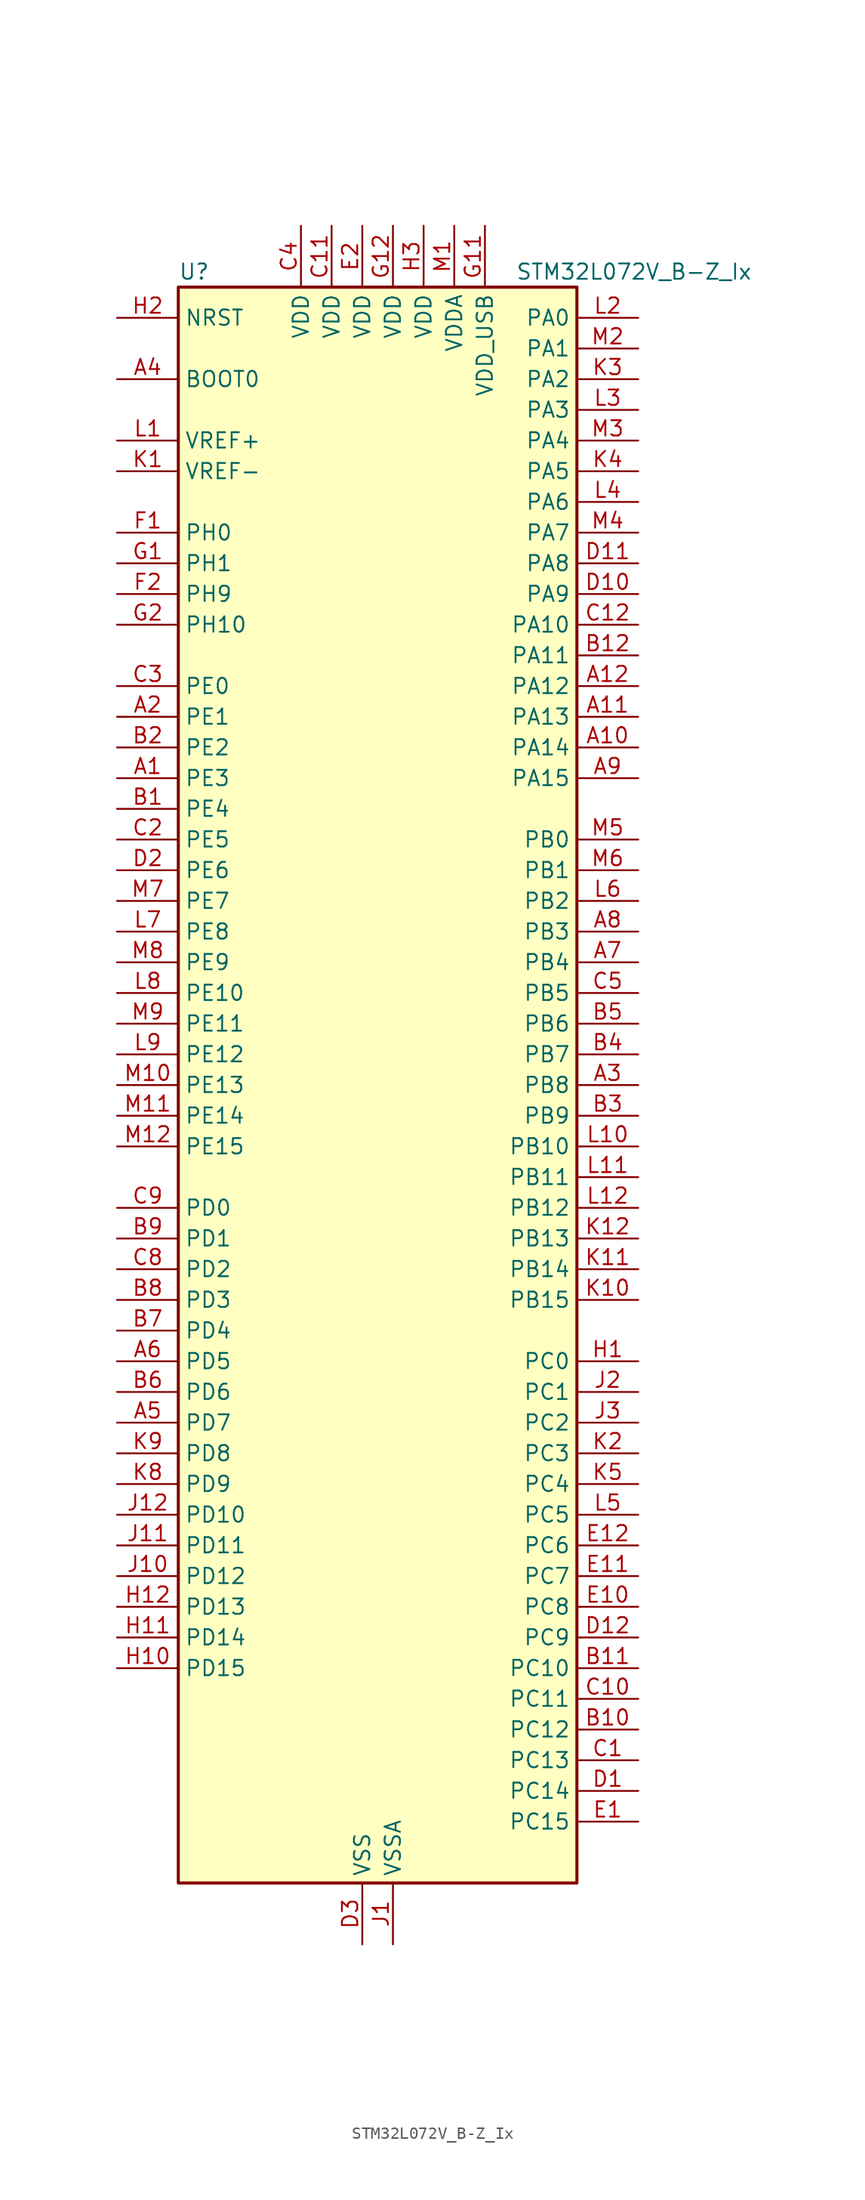
<source format=kicad_sym>
(kicad_symbol_lib
  (version 20220914)
  (generator kicad_symbol_editor)
  (symbol "STM32L072V_B-Z_Ix"
    (property "Reference" "U"
      (at -15.24 67.31 0)
      (effects (font (size 1.27 1.27)) (justify left)))
    (property "Value" "STM32L072V_B-Z_Ix"
      (at 12.7 67.31 0)
      (effects (font (size 1.27 1.27)) (justify left)))
    (property "ki_locked" ""
      (at 0 0 0)
      (effects (font (size 1.27 1.27))))
    (symbol "STM32L072V_B-Z_Ix_0_1"
      (rectangle (start -15.24 -66.04) (end 17.78 66.04) (stroke (width 0.254) (type default)) (fill (type background))))
    (symbol "STM32L072V_B-Z_Ix_1_1"
      (pin bidirectional line (at -20.32 25.4 0) (length 5.08) (name "PE3" (effects (font (size 1.27 1.27)))) (number "A1" (effects (font (size 1.27 1.27)))) (alternate "TIM22_CH1" bidirectional line) (alternate "TIM3_CH1" bidirectional line))
      (pin bidirectional line (at 22.86 27.94 180) (length 5.08) (name "PA14" (effects (font (size 1.27 1.27)))) (number "A10" (effects (font (size 1.27 1.27)))) (alternate "LPUART1_TX" bidirectional line) (alternate "SYS_SWCLK" bidirectional line) (alternate "USART2_TX" bidirectional line))
      (pin bidirectional line (at 22.86 30.48 180) (length 5.08) (name "PA13" (effects (font (size 1.27 1.27)))) (number "A11" (effects (font (size 1.27 1.27)))) (alternate "LPUART1_RX" bidirectional line) (alternate "SYS_SWDIO" bidirectional line) (alternate "USB_NOE" bidirectional line))
      (pin bidirectional line (at 22.86 33.02 180) (length 5.08) (name "PA12" (effects (font (size 1.27 1.27)))) (number "A12" (effects (font (size 1.27 1.27)))) (alternate "COMP2_OUT" bidirectional line) (alternate "SPI1_MOSI" bidirectional line) (alternate "TSC_G4_IO4" bidirectional line) (alternate "USART1_DE" bidirectional line) (alternate "USART1_RTS" bidirectional line) (alternate "USB_DP" bidirectional line))
      (pin bidirectional line (at -20.32 30.48 0) (length 5.08) (name "PE1" (effects (font (size 1.27 1.27)))) (number "A2" (effects (font (size 1.27 1.27)))))
      (pin bidirectional line (at 22.86 0 180) (length 5.08) (name "PB8" (effects (font (size 1.27 1.27)))) (number "A3" (effects (font (size 1.27 1.27)))) (alternate "I2C1_SCL" bidirectional line) (alternate "TSC_SYNC" bidirectional line))
      (pin input line (at -20.32 58.42 0) (length 5.08) (name "BOOT0" (effects (font (size 1.27 1.27)))) (number "A4" (effects (font (size 1.27 1.27)))))
      (pin bidirectional line (at -20.32 -27.94 0) (length 5.08) (name "PD7" (effects (font (size 1.27 1.27)))) (number "A5" (effects (font (size 1.27 1.27)))) (alternate "TIM21_CH2" bidirectional line) (alternate "USART2_CK" bidirectional line))
      (pin bidirectional line (at -20.32 -22.86 0) (length 5.08) (name "PD5" (effects (font (size 1.27 1.27)))) (number "A6" (effects (font (size 1.27 1.27)))) (alternate "USART2_TX" bidirectional line))
      (pin bidirectional line (at 22.86 10.16 180) (length 5.08) (name "PB4" (effects (font (size 1.27 1.27)))) (number "A7" (effects (font (size 1.27 1.27)))) (alternate "COMP2_INP" bidirectional line) (alternate "I2C3_SDA" bidirectional line) (alternate "SPI1_MISO" bidirectional line) (alternate "TIM22_CH1" bidirectional line) (alternate "TIM3_CH1" bidirectional line) (alternate "TSC_G5_IO2" bidirectional line) (alternate "USART1_CTS" bidirectional line) (alternate "USART5_RX" bidirectional line))
      (pin bidirectional line (at 22.86 12.7 180) (length 5.08) (name "PB3" (effects (font (size 1.27 1.27)))) (number "A8" (effects (font (size 1.27 1.27)))) (alternate "COMP2_INM" bidirectional line) (alternate "SPI1_SCK" bidirectional line) (alternate "TIM2_CH2" bidirectional line) (alternate "TSC_G5_IO1" bidirectional line) (alternate "USART1_DE" bidirectional line) (alternate "USART1_RTS" bidirectional line) (alternate "USART5_TX" bidirectional line))
      (pin bidirectional line (at 22.86 25.4 180) (length 5.08) (name "PA15" (effects (font (size 1.27 1.27)))) (number "A9" (effects (font (size 1.27 1.27)))) (alternate "SPI1_NSS" bidirectional line) (alternate "TIM2_CH1" bidirectional line) (alternate "TIM2_ETR" bidirectional line) (alternate "USART2_RX" bidirectional line) (alternate "USART4_DE" bidirectional line) (alternate "USART4_RTS" bidirectional line))
      (pin bidirectional line (at -20.32 22.86 0) (length 5.08) (name "PE4" (effects (font (size 1.27 1.27)))) (number "B1" (effects (font (size 1.27 1.27)))) (alternate "TIM22_CH2" bidirectional line) (alternate "TIM3_CH2" bidirectional line))
      (pin bidirectional line (at 22.86 -53.34 180) (length 5.08) (name "PC12" (effects (font (size 1.27 1.27)))) (number "B10" (effects (font (size 1.27 1.27)))) (alternate "USART4_CK" bidirectional line) (alternate "USART5_TX" bidirectional line))
      (pin bidirectional line (at 22.86 -48.26 180) (length 5.08) (name "PC10" (effects (font (size 1.27 1.27)))) (number "B11" (effects (font (size 1.27 1.27)))) (alternate "LPUART1_TX" bidirectional line) (alternate "USART4_TX" bidirectional line))
      (pin bidirectional line (at 22.86 35.56 180) (length 5.08) (name "PA11" (effects (font (size 1.27 1.27)))) (number "B12" (effects (font (size 1.27 1.27)))) (alternate "ADC_EXTI11" bidirectional line) (alternate "COMP1_OUT" bidirectional line) (alternate "SPI1_MISO" bidirectional line) (alternate "TSC_G4_IO3" bidirectional line) (alternate "USART1_CTS" bidirectional line) (alternate "USB_DM" bidirectional line))
      (pin bidirectional line (at -20.32 27.94 0) (length 5.08) (name "PE2" (effects (font (size 1.27 1.27)))) (number "B2" (effects (font (size 1.27 1.27)))) (alternate "TIM3_ETR" bidirectional line))
      (pin bidirectional line (at 22.86 -2.54 180) (length 5.08) (name "PB9" (effects (font (size 1.27 1.27)))) (number "B3" (effects (font (size 1.27 1.27)))) (alternate "DAC_EXTI9" bidirectional line) (alternate "I2C1_SDA" bidirectional line) (alternate "I2S2_WS" bidirectional line) (alternate "SPI2_NSS" bidirectional line))
      (pin bidirectional line (at 22.86 2.54 180) (length 5.08) (name "PB7" (effects (font (size 1.27 1.27)))) (number "B4" (effects (font (size 1.27 1.27)))) (alternate "COMP2_INP" bidirectional line) (alternate "I2C1_SDA" bidirectional line) (alternate "LPTIM1_IN2" bidirectional line) (alternate "SYS_PVD_IN" bidirectional line) (alternate "TSC_G5_IO4" bidirectional line) (alternate "USART1_RX" bidirectional line) (alternate "USART4_CTS" bidirectional line))
      (pin bidirectional line (at 22.86 5.08 180) (length 5.08) (name "PB6" (effects (font (size 1.27 1.27)))) (number "B5" (effects (font (size 1.27 1.27)))) (alternate "COMP2_INP" bidirectional line) (alternate "I2C1_SCL" bidirectional line) (alternate "LPTIM1_ETR" bidirectional line) (alternate "TSC_G5_IO3" bidirectional line) (alternate "USART1_TX" bidirectional line))
      (pin bidirectional line (at -20.32 -25.4 0) (length 5.08) (name "PD6" (effects (font (size 1.27 1.27)))) (number "B6" (effects (font (size 1.27 1.27)))) (alternate "USART2_RX" bidirectional line))
      (pin bidirectional line (at -20.32 -20.32 0) (length 5.08) (name "PD4" (effects (font (size 1.27 1.27)))) (number "B7" (effects (font (size 1.27 1.27)))) (alternate "I2S2_SD" bidirectional line) (alternate "SPI2_MOSI" bidirectional line) (alternate "USART2_DE" bidirectional line) (alternate "USART2_RTS" bidirectional line))
      (pin bidirectional line (at -20.32 -17.78 0) (length 5.08) (name "PD3" (effects (font (size 1.27 1.27)))) (number "B8" (effects (font (size 1.27 1.27)))) (alternate "I2S2_MCK" bidirectional line) (alternate "SPI2_MISO" bidirectional line) (alternate "USART2_CTS" bidirectional line))
      (pin bidirectional line (at -20.32 -12.7 0) (length 5.08) (name "PD1" (effects (font (size 1.27 1.27)))) (number "B9" (effects (font (size 1.27 1.27)))) (alternate "I2S2_CK" bidirectional line) (alternate "SPI2_SCK" bidirectional line))
      (pin bidirectional line (at 22.86 -55.88 180) (length 5.08) (name "PC13" (effects (font (size 1.27 1.27)))) (number "C1" (effects (font (size 1.27 1.27)))) (alternate "RTC_OUT_ALARM" bidirectional line) (alternate "RTC_OUT_CALIB" bidirectional line) (alternate "RTC_TAMP1" bidirectional line) (alternate "RTC_TS" bidirectional line) (alternate "SYS_WKUP2" bidirectional line))
      (pin bidirectional line (at 22.86 -50.8 180) (length 5.08) (name "PC11" (effects (font (size 1.27 1.27)))) (number "C10" (effects (font (size 1.27 1.27)))) (alternate "ADC_EXTI11" bidirectional line) (alternate "LPUART1_RX" bidirectional line) (alternate "USART4_RX" bidirectional line))
      (pin power_in line (at -2.54 71.12 270) (length 5.08) (name "VDD" (effects (font (size 1.27 1.27)))) (number "C11" (effects (font (size 1.27 1.27)))))
      (pin bidirectional line (at 22.86 38.1 180) (length 5.08) (name "PA10" (effects (font (size 1.27 1.27)))) (number "C12" (effects (font (size 1.27 1.27)))) (alternate "I2C1_SDA" bidirectional line) (alternate "TSC_G4_IO2" bidirectional line) (alternate "USART1_RX" bidirectional line))
      (pin bidirectional line (at -20.32 20.32 0) (length 5.08) (name "PE5" (effects (font (size 1.27 1.27)))) (number "C2" (effects (font (size 1.27 1.27)))) (alternate "TIM21_CH1" bidirectional line) (alternate "TIM3_CH3" bidirectional line))
      (pin bidirectional line (at -20.32 33.02 0) (length 5.08) (name "PE0" (effects (font (size 1.27 1.27)))) (number "C3" (effects (font (size 1.27 1.27)))))
      (pin power_in line (at -5.08 71.12 270) (length 5.08) (name "VDD" (effects (font (size 1.27 1.27)))) (number "C4" (effects (font (size 1.27 1.27)))))
      (pin bidirectional line (at 22.86 7.62 180) (length 5.08) (name "PB5" (effects (font (size 1.27 1.27)))) (number "C5" (effects (font (size 1.27 1.27)))) (alternate "COMP2_INP" bidirectional line) (alternate "I2C1_SMBA" bidirectional line) (alternate "LPTIM1_IN1" bidirectional line) (alternate "SPI1_MOSI" bidirectional line) (alternate "TIM22_CH2" bidirectional line) (alternate "TIM3_CH2" bidirectional line) (alternate "USART1_CK" bidirectional line) (alternate "USART5_CK" bidirectional line) (alternate "USART5_DE" bidirectional line) (alternate "USART5_RTS" bidirectional line))
      (pin bidirectional line (at -20.32 -15.24 0) (length 5.08) (name "PD2" (effects (font (size 1.27 1.27)))) (number "C8" (effects (font (size 1.27 1.27)))) (alternate "LPUART1_DE" bidirectional line) (alternate "LPUART1_RTS" bidirectional line) (alternate "TIM3_ETR" bidirectional line) (alternate "USART5_RX" bidirectional line))
      (pin bidirectional line (at -20.32 -10.16 0) (length 5.08) (name "PD0" (effects (font (size 1.27 1.27)))) (number "C9" (effects (font (size 1.27 1.27)))) (alternate "I2S2_WS" bidirectional line) (alternate "SPI2_NSS" bidirectional line) (alternate "TIM21_CH1" bidirectional line))
      (pin bidirectional line (at 22.86 -58.42 180) (length 5.08) (name "PC14" (effects (font (size 1.27 1.27)))) (number "D1" (effects (font (size 1.27 1.27)))) (alternate "RCC_OSC32_IN" bidirectional line))
      (pin bidirectional line (at 22.86 40.64 180) (length 5.08) (name "PA9" (effects (font (size 1.27 1.27)))) (number "D10" (effects (font (size 1.27 1.27)))) (alternate "DAC_EXTI9" bidirectional line) (alternate "I2C1_SCL" bidirectional line) (alternate "I2C3_SMBA" bidirectional line) (alternate "RCC_MCO" bidirectional line) (alternate "TSC_G4_IO1" bidirectional line) (alternate "USART1_TX" bidirectional line))
      (pin bidirectional line (at 22.86 43.18 180) (length 5.08) (name "PA8" (effects (font (size 1.27 1.27)))) (number "D11" (effects (font (size 1.27 1.27)))) (alternate "CRS_SYNC" bidirectional line) (alternate "I2C3_SCL" bidirectional line) (alternate "RCC_MCO" bidirectional line) (alternate "USART1_CK" bidirectional line))
      (pin bidirectional line (at 22.86 -45.72 180) (length 5.08) (name "PC9" (effects (font (size 1.27 1.27)))) (number "D12" (effects (font (size 1.27 1.27)))) (alternate "DAC_EXTI9" bidirectional line) (alternate "I2C3_SDA" bidirectional line) (alternate "TIM21_ETR" bidirectional line) (alternate "TIM3_CH4" bidirectional line) (alternate "TSC_G8_IO4" bidirectional line) (alternate "USB_NOE" bidirectional line))
      (pin bidirectional line (at -20.32 17.78 0) (length 5.08) (name "PE6" (effects (font (size 1.27 1.27)))) (number "D2" (effects (font (size 1.27 1.27)))) (alternate "RTC_TAMP3" bidirectional line) (alternate "SYS_WKUP3" bidirectional line) (alternate "TIM21_CH2" bidirectional line) (alternate "TIM3_CH4" bidirectional line))
      (pin power_in line (at 0 -71.12 90) (length 5.08) (name "VSS" (effects (font (size 1.27 1.27)))) (number "D3" (effects (font (size 1.27 1.27)))))
      (pin bidirectional line (at 22.86 -60.96 180) (length 5.08) (name "PC15" (effects (font (size 1.27 1.27)))) (number "E1" (effects (font (size 1.27 1.27)))) (alternate "RCC_OSC32_OUT" bidirectional line))
      (pin bidirectional line (at 22.86 -43.18 180) (length 5.08) (name "PC8" (effects (font (size 1.27 1.27)))) (number "E10" (effects (font (size 1.27 1.27)))) (alternate "TIM22_ETR" bidirectional line) (alternate "TIM3_CH3" bidirectional line) (alternate "TSC_G8_IO3" bidirectional line))
      (pin bidirectional line (at 22.86 -40.64 180) (length 5.08) (name "PC7" (effects (font (size 1.27 1.27)))) (number "E11" (effects (font (size 1.27 1.27)))) (alternate "TIM22_CH2" bidirectional line) (alternate "TIM3_CH2" bidirectional line) (alternate "TSC_G8_IO2" bidirectional line))
      (pin bidirectional line (at 22.86 -38.1 180) (length 5.08) (name "PC6" (effects (font (size 1.27 1.27)))) (number "E12" (effects (font (size 1.27 1.27)))) (alternate "TIM22_CH1" bidirectional line) (alternate "TIM3_CH1" bidirectional line) (alternate "TSC_G8_IO1" bidirectional line))
      (pin power_in line (at 0 71.12 270) (length 5.08) (name "VDD" (effects (font (size 1.27 1.27)))) (number "E2" (effects (font (size 1.27 1.27)))))
      (pin passive line (at 0 -71.12 90) (length 5.08) hide (name "VSS" (effects (font (size 1.27 1.27)))) (number "E3" (effects (font (size 1.27 1.27)))))
      (pin bidirectional line (at -20.32 45.72 0) (length 5.08) (name "PH0" (effects (font (size 1.27 1.27)))) (number "F1" (effects (font (size 1.27 1.27)))) (alternate "CRS_SYNC" bidirectional line) (alternate "RCC_OSC_IN" bidirectional line))
      (pin passive line (at 0 -71.12 90) (length 5.08) hide (name "VSS" (effects (font (size 1.27 1.27)))) (number "F11" (effects (font (size 1.27 1.27)))))
      (pin passive line (at 0 -71.12 90) (length 5.08) hide (name "VSS" (effects (font (size 1.27 1.27)))) (number "F12" (effects (font (size 1.27 1.27)))))
      (pin bidirectional line (at -20.32 40.64 0) (length 5.08) (name "PH9" (effects (font (size 1.27 1.27)))) (number "F2" (effects (font (size 1.27 1.27)))) (alternate "DAC_EXTI9" bidirectional line))
      (pin bidirectional line (at -20.32 43.18 0) (length 5.08) (name "PH1" (effects (font (size 1.27 1.27)))) (number "G1" (effects (font (size 1.27 1.27)))) (alternate "RCC_OSC_OUT" bidirectional line))
      (pin power_in line (at 10.16 71.12 270) (length 5.08) (name "VDD_USB" (effects (font (size 1.27 1.27)))) (number "G11" (effects (font (size 1.27 1.27)))))
      (pin power_in line (at 2.54 71.12 270) (length 5.08) (name "VDD" (effects (font (size 1.27 1.27)))) (number "G12" (effects (font (size 1.27 1.27)))))
      (pin bidirectional line (at -20.32 38.1 0) (length 5.08) (name "PH10" (effects (font (size 1.27 1.27)))) (number "G2" (effects (font (size 1.27 1.27)))))
      (pin bidirectional line (at 22.86 -22.86 180) (length 5.08) (name "PC0" (effects (font (size 1.27 1.27)))) (number "H1" (effects (font (size 1.27 1.27)))) (alternate "ADC_IN10" bidirectional line) (alternate "I2C3_SCL" bidirectional line) (alternate "LPTIM1_IN1" bidirectional line) (alternate "LPUART1_RX" bidirectional line) (alternate "TSC_G7_IO1" bidirectional line))
      (pin bidirectional line (at -20.32 -48.26 0) (length 5.08) (name "PD15" (effects (font (size 1.27 1.27)))) (number "H10" (effects (font (size 1.27 1.27)))) (alternate "CRS_SYNC" bidirectional line))
      (pin bidirectional line (at -20.32 -45.72 0) (length 5.08) (name "PD14" (effects (font (size 1.27 1.27)))) (number "H11" (effects (font (size 1.27 1.27)))))
      (pin bidirectional line (at -20.32 -43.18 0) (length 5.08) (name "PD13" (effects (font (size 1.27 1.27)))) (number "H12" (effects (font (size 1.27 1.27)))))
      (pin input line (at -20.32 63.5 0) (length 5.08) (name "NRST" (effects (font (size 1.27 1.27)))) (number "H2" (effects (font (size 1.27 1.27)))))
      (pin power_in line (at 5.08 71.12 270) (length 5.08) (name "VDD" (effects (font (size 1.27 1.27)))) (number "H3" (effects (font (size 1.27 1.27)))))
      (pin power_in line (at 2.54 -71.12 90) (length 5.08) (name "VSSA" (effects (font (size 1.27 1.27)))) (number "J1" (effects (font (size 1.27 1.27)))))
      (pin bidirectional line (at -20.32 -40.64 0) (length 5.08) (name "PD12" (effects (font (size 1.27 1.27)))) (number "J10" (effects (font (size 1.27 1.27)))) (alternate "LPUART1_DE" bidirectional line) (alternate "LPUART1_RTS" bidirectional line))
      (pin bidirectional line (at -20.32 -38.1 0) (length 5.08) (name "PD11" (effects (font (size 1.27 1.27)))) (number "J11" (effects (font (size 1.27 1.27)))) (alternate "ADC_EXTI11" bidirectional line) (alternate "LPUART1_CTS" bidirectional line))
      (pin bidirectional line (at -20.32 -35.56 0) (length 5.08) (name "PD10" (effects (font (size 1.27 1.27)))) (number "J12" (effects (font (size 1.27 1.27)))))
      (pin bidirectional line (at 22.86 -25.4 180) (length 5.08) (name "PC1" (effects (font (size 1.27 1.27)))) (number "J2" (effects (font (size 1.27 1.27)))) (alternate "ADC_IN11" bidirectional line) (alternate "I2C3_SDA" bidirectional line) (alternate "LPTIM1_OUT" bidirectional line) (alternate "LPUART1_TX" bidirectional line) (alternate "TSC_G7_IO2" bidirectional line))
      (pin bidirectional line (at 22.86 -27.94 180) (length 5.08) (name "PC2" (effects (font (size 1.27 1.27)))) (number "J3" (effects (font (size 1.27 1.27)))) (alternate "ADC_IN12" bidirectional line) (alternate "I2S2_MCK" bidirectional line) (alternate "LPTIM1_IN2" bidirectional line) (alternate "SPI2_MISO" bidirectional line) (alternate "TSC_G7_IO3" bidirectional line))
      (pin input line (at -20.32 50.8 0) (length 5.08) (name "VREF-" (effects (font (size 1.27 1.27)))) (number "K1" (effects (font (size 1.27 1.27)))))
      (pin bidirectional line (at 22.86 -17.78 180) (length 5.08) (name "PB15" (effects (font (size 1.27 1.27)))) (number "K10" (effects (font (size 1.27 1.27)))) (alternate "I2S2_SD" bidirectional line) (alternate "RTC_REFIN" bidirectional line) (alternate "SPI2_MOSI" bidirectional line))
      (pin bidirectional line (at 22.86 -15.24 180) (length 5.08) (name "PB14" (effects (font (size 1.27 1.27)))) (number "K11" (effects (font (size 1.27 1.27)))) (alternate "I2C2_SDA" bidirectional line) (alternate "I2S2_MCK" bidirectional line) (alternate "LPUART1_DE" bidirectional line) (alternate "LPUART1_RTS" bidirectional line) (alternate "RTC_OUT_ALARM" bidirectional line) (alternate "RTC_OUT_CALIB" bidirectional line) (alternate "SPI2_MISO" bidirectional line) (alternate "TIM21_CH2" bidirectional line) (alternate "TSC_G6_IO4" bidirectional line))
      (pin bidirectional line (at 22.86 -12.7 180) (length 5.08) (name "PB13" (effects (font (size 1.27 1.27)))) (number "K12" (effects (font (size 1.27 1.27)))) (alternate "I2C2_SCL" bidirectional line) (alternate "I2S2_CK" bidirectional line) (alternate "LPUART1_CTS" bidirectional line) (alternate "RCC_MCO" bidirectional line) (alternate "SPI2_SCK" bidirectional line) (alternate "TIM21_CH1" bidirectional line) (alternate "TSC_G6_IO3" bidirectional line))
      (pin bidirectional line (at 22.86 -30.48 180) (length 5.08) (name "PC3" (effects (font (size 1.27 1.27)))) (number "K2" (effects (font (size 1.27 1.27)))) (alternate "ADC_IN13" bidirectional line) (alternate "I2S2_SD" bidirectional line) (alternate "LPTIM1_ETR" bidirectional line) (alternate "SPI2_MOSI" bidirectional line) (alternate "TSC_G7_IO4" bidirectional line))
      (pin bidirectional line (at 22.86 58.42 180) (length 5.08) (name "PA2" (effects (font (size 1.27 1.27)))) (number "K3" (effects (font (size 1.27 1.27)))) (alternate "ADC_IN2" bidirectional line) (alternate "COMP2_INM" bidirectional line) (alternate "COMP2_OUT" bidirectional line) (alternate "LPUART1_TX" bidirectional line) (alternate "TIM21_CH1" bidirectional line) (alternate "TIM2_CH3" bidirectional line) (alternate "TSC_G1_IO3" bidirectional line) (alternate "USART2_TX" bidirectional line))
      (pin bidirectional line (at 22.86 50.8 180) (length 5.08) (name "PA5" (effects (font (size 1.27 1.27)))) (number "K4" (effects (font (size 1.27 1.27)))) (alternate "ADC_IN5" bidirectional line) (alternate "COMP1_INM" bidirectional line) (alternate "COMP2_INM" bidirectional line) (alternate "DAC_OUT2" bidirectional line) (alternate "SPI1_SCK" bidirectional line) (alternate "TIM2_CH1" bidirectional line) (alternate "TIM2_ETR" bidirectional line) (alternate "TSC_G2_IO2" bidirectional line))
      (pin bidirectional line (at 22.86 -33.02 180) (length 5.08) (name "PC4" (effects (font (size 1.27 1.27)))) (number "K5" (effects (font (size 1.27 1.27)))) (alternate "ADC_IN14" bidirectional line) (alternate "LPUART1_TX" bidirectional line))
      (pin bidirectional line (at -20.32 -33.02 0) (length 5.08) (name "PD9" (effects (font (size 1.27 1.27)))) (number "K8" (effects (font (size 1.27 1.27)))) (alternate "DAC_EXTI9" bidirectional line) (alternate "LPUART1_RX" bidirectional line))
      (pin bidirectional line (at -20.32 -30.48 0) (length 5.08) (name "PD8" (effects (font (size 1.27 1.27)))) (number "K9" (effects (font (size 1.27 1.27)))) (alternate "LPUART1_TX" bidirectional line))
      (pin input line (at -20.32 53.34 0) (length 5.08) (name "VREF+" (effects (font (size 1.27 1.27)))) (number "L1" (effects (font (size 1.27 1.27)))))
      (pin bidirectional line (at 22.86 -5.08 180) (length 5.08) (name "PB10" (effects (font (size 1.27 1.27)))) (number "L10" (effects (font (size 1.27 1.27)))) (alternate "I2C2_SCL" bidirectional line) (alternate "LPUART1_RX" bidirectional line) (alternate "LPUART1_TX" bidirectional line) (alternate "SPI2_SCK" bidirectional line) (alternate "TIM2_CH3" bidirectional line) (alternate "TSC_SYNC" bidirectional line))
      (pin bidirectional line (at 22.86 -7.62 180) (length 5.08) (name "PB11" (effects (font (size 1.27 1.27)))) (number "L11" (effects (font (size 1.27 1.27)))) (alternate "ADC_EXTI11" bidirectional line) (alternate "I2C2_SDA" bidirectional line) (alternate "LPUART1_RX" bidirectional line) (alternate "LPUART1_TX" bidirectional line) (alternate "TIM2_CH4" bidirectional line) (alternate "TSC_G6_IO1" bidirectional line))
      (pin bidirectional line (at 22.86 -10.16 180) (length 5.08) (name "PB12" (effects (font (size 1.27 1.27)))) (number "L12" (effects (font (size 1.27 1.27)))) (alternate "I2S2_WS" bidirectional line) (alternate "LPUART1_DE" bidirectional line) (alternate "LPUART1_RTS" bidirectional line) (alternate "SPI2_NSS" bidirectional line) (alternate "TSC_G6_IO2" bidirectional line))
      (pin bidirectional line (at 22.86 63.5 180) (length 5.08) (name "PA0" (effects (font (size 1.27 1.27)))) (number "L2" (effects (font (size 1.27 1.27)))) (alternate "ADC_IN0" bidirectional line) (alternate "COMP1_INM" bidirectional line) (alternate "COMP1_OUT" bidirectional line) (alternate "RTC_TAMP2" bidirectional line) (alternate "SYS_WKUP1" bidirectional line) (alternate "TIM2_CH1" bidirectional line) (alternate "TIM2_ETR" bidirectional line) (alternate "TSC_G1_IO1" bidirectional line) (alternate "USART2_CTS" bidirectional line) (alternate "USART4_TX" bidirectional line))
      (pin bidirectional line (at 22.86 55.88 180) (length 5.08) (name "PA3" (effects (font (size 1.27 1.27)))) (number "L3" (effects (font (size 1.27 1.27)))) (alternate "ADC_IN3" bidirectional line) (alternate "COMP2_INP" bidirectional line) (alternate "LPUART1_RX" bidirectional line) (alternate "TIM21_CH2" bidirectional line) (alternate "TIM2_CH4" bidirectional line) (alternate "TSC_G1_IO4" bidirectional line) (alternate "USART2_RX" bidirectional line))
      (pin bidirectional line (at 22.86 48.26 180) (length 5.08) (name "PA6" (effects (font (size 1.27 1.27)))) (number "L4" (effects (font (size 1.27 1.27)))) (alternate "ADC_IN6" bidirectional line) (alternate "COMP1_OUT" bidirectional line) (alternate "LPUART1_CTS" bidirectional line) (alternate "SPI1_MISO" bidirectional line) (alternate "TIM22_CH1" bidirectional line) (alternate "TIM3_CH1" bidirectional line) (alternate "TSC_G2_IO3" bidirectional line))
      (pin bidirectional line (at 22.86 -35.56 180) (length 5.08) (name "PC5" (effects (font (size 1.27 1.27)))) (number "L5" (effects (font (size 1.27 1.27)))) (alternate "ADC_IN15" bidirectional line) (alternate "LPUART1_RX" bidirectional line) (alternate "TSC_G3_IO1" bidirectional line))
      (pin bidirectional line (at 22.86 15.24 180) (length 5.08) (name "PB2" (effects (font (size 1.27 1.27)))) (number "L6" (effects (font (size 1.27 1.27)))) (alternate "I2C3_SMBA" bidirectional line) (alternate "LPTIM1_OUT" bidirectional line) (alternate "TSC_G3_IO4" bidirectional line))
      (pin bidirectional line (at -20.32 12.7 0) (length 5.08) (name "PE8" (effects (font (size 1.27 1.27)))) (number "L7" (effects (font (size 1.27 1.27)))) (alternate "USART4_TX" bidirectional line))
      (pin bidirectional line (at -20.32 7.62 0) (length 5.08) (name "PE10" (effects (font (size 1.27 1.27)))) (number "L8" (effects (font (size 1.27 1.27)))) (alternate "TIM2_CH2" bidirectional line) (alternate "USART5_TX" bidirectional line))
      (pin bidirectional line (at -20.32 2.54 0) (length 5.08) (name "PE12" (effects (font (size 1.27 1.27)))) (number "L9" (effects (font (size 1.27 1.27)))) (alternate "SPI1_NSS" bidirectional line) (alternate "TIM2_CH4" bidirectional line))
      (pin power_in line (at 7.62 71.12 270) (length 5.08) (name "VDDA" (effects (font (size 1.27 1.27)))) (number "M1" (effects (font (size 1.27 1.27)))))
      (pin bidirectional line (at -20.32 0 0) (length 5.08) (name "PE13" (effects (font (size 1.27 1.27)))) (number "M10" (effects (font (size 1.27 1.27)))) (alternate "SPI1_SCK" bidirectional line))
      (pin bidirectional line (at -20.32 -2.54 0) (length 5.08) (name "PE14" (effects (font (size 1.27 1.27)))) (number "M11" (effects (font (size 1.27 1.27)))) (alternate "SPI1_MISO" bidirectional line))
      (pin bidirectional line (at -20.32 -5.08 0) (length 5.08) (name "PE15" (effects (font (size 1.27 1.27)))) (number "M12" (effects (font (size 1.27 1.27)))) (alternate "SPI1_MOSI" bidirectional line))
      (pin bidirectional line (at 22.86 60.96 180) (length 5.08) (name "PA1" (effects (font (size 1.27 1.27)))) (number "M2" (effects (font (size 1.27 1.27)))) (alternate "ADC_IN1" bidirectional line) (alternate "COMP1_INP" bidirectional line) (alternate "TIM21_ETR" bidirectional line) (alternate "TIM2_CH2" bidirectional line) (alternate "TSC_G1_IO2" bidirectional line) (alternate "USART2_DE" bidirectional line) (alternate "USART2_RTS" bidirectional line) (alternate "USART4_RX" bidirectional line))
      (pin bidirectional line (at 22.86 53.34 180) (length 5.08) (name "PA4" (effects (font (size 1.27 1.27)))) (number "M3" (effects (font (size 1.27 1.27)))) (alternate "ADC_IN4" bidirectional line) (alternate "COMP1_INM" bidirectional line) (alternate "COMP2_INM" bidirectional line) (alternate "DAC_OUT1" bidirectional line) (alternate "SPI1_NSS" bidirectional line) (alternate "TIM22_ETR" bidirectional line) (alternate "TSC_G2_IO1" bidirectional line) (alternate "USART2_CK" bidirectional line))
      (pin bidirectional line (at 22.86 45.72 180) (length 5.08) (name "PA7" (effects (font (size 1.27 1.27)))) (number "M4" (effects (font (size 1.27 1.27)))) (alternate "ADC_IN7" bidirectional line) (alternate "COMP2_OUT" bidirectional line) (alternate "SPI1_MOSI" bidirectional line) (alternate "TIM22_CH2" bidirectional line) (alternate "TIM3_CH2" bidirectional line) (alternate "TSC_G2_IO4" bidirectional line))
      (pin bidirectional line (at 22.86 20.32 180) (length 5.08) (name "PB0" (effects (font (size 1.27 1.27)))) (number "M5" (effects (font (size 1.27 1.27)))) (alternate "ADC_IN8" bidirectional line) (alternate "SYS_VREF_OUT_PB0" bidirectional line) (alternate "TIM3_CH3" bidirectional line) (alternate "TSC_G3_IO2" bidirectional line))
      (pin bidirectional line (at 22.86 17.78 180) (length 5.08) (name "PB1" (effects (font (size 1.27 1.27)))) (number "M6" (effects (font (size 1.27 1.27)))) (alternate "ADC_IN9" bidirectional line) (alternate "LPUART1_DE" bidirectional line) (alternate "LPUART1_RTS" bidirectional line) (alternate "SYS_VREF_OUT_PB1" bidirectional line) (alternate "TIM3_CH4" bidirectional line) (alternate "TSC_G3_IO3" bidirectional line))
      (pin bidirectional line (at -20.32 15.24 0) (length 5.08) (name "PE7" (effects (font (size 1.27 1.27)))) (number "M7" (effects (font (size 1.27 1.27)))) (alternate "USART5_CK" bidirectional line) (alternate "USART5_DE" bidirectional line) (alternate "USART5_RTS" bidirectional line))
      (pin bidirectional line (at -20.32 10.16 0) (length 5.08) (name "PE9" (effects (font (size 1.27 1.27)))) (number "M8" (effects (font (size 1.27 1.27)))) (alternate "DAC_EXTI9" bidirectional line) (alternate "TIM2_CH1" bidirectional line) (alternate "TIM2_ETR" bidirectional line) (alternate "USART4_RX" bidirectional line))
      (pin bidirectional line (at -20.32 5.08 0) (length 5.08) (name "PE11" (effects (font (size 1.27 1.27)))) (number "M9" (effects (font (size 1.27 1.27)))) (alternate "ADC_EXTI11" bidirectional line) (alternate "TIM2_CH3" bidirectional line) (alternate "USART5_RX" bidirectional line)))))
</source>
